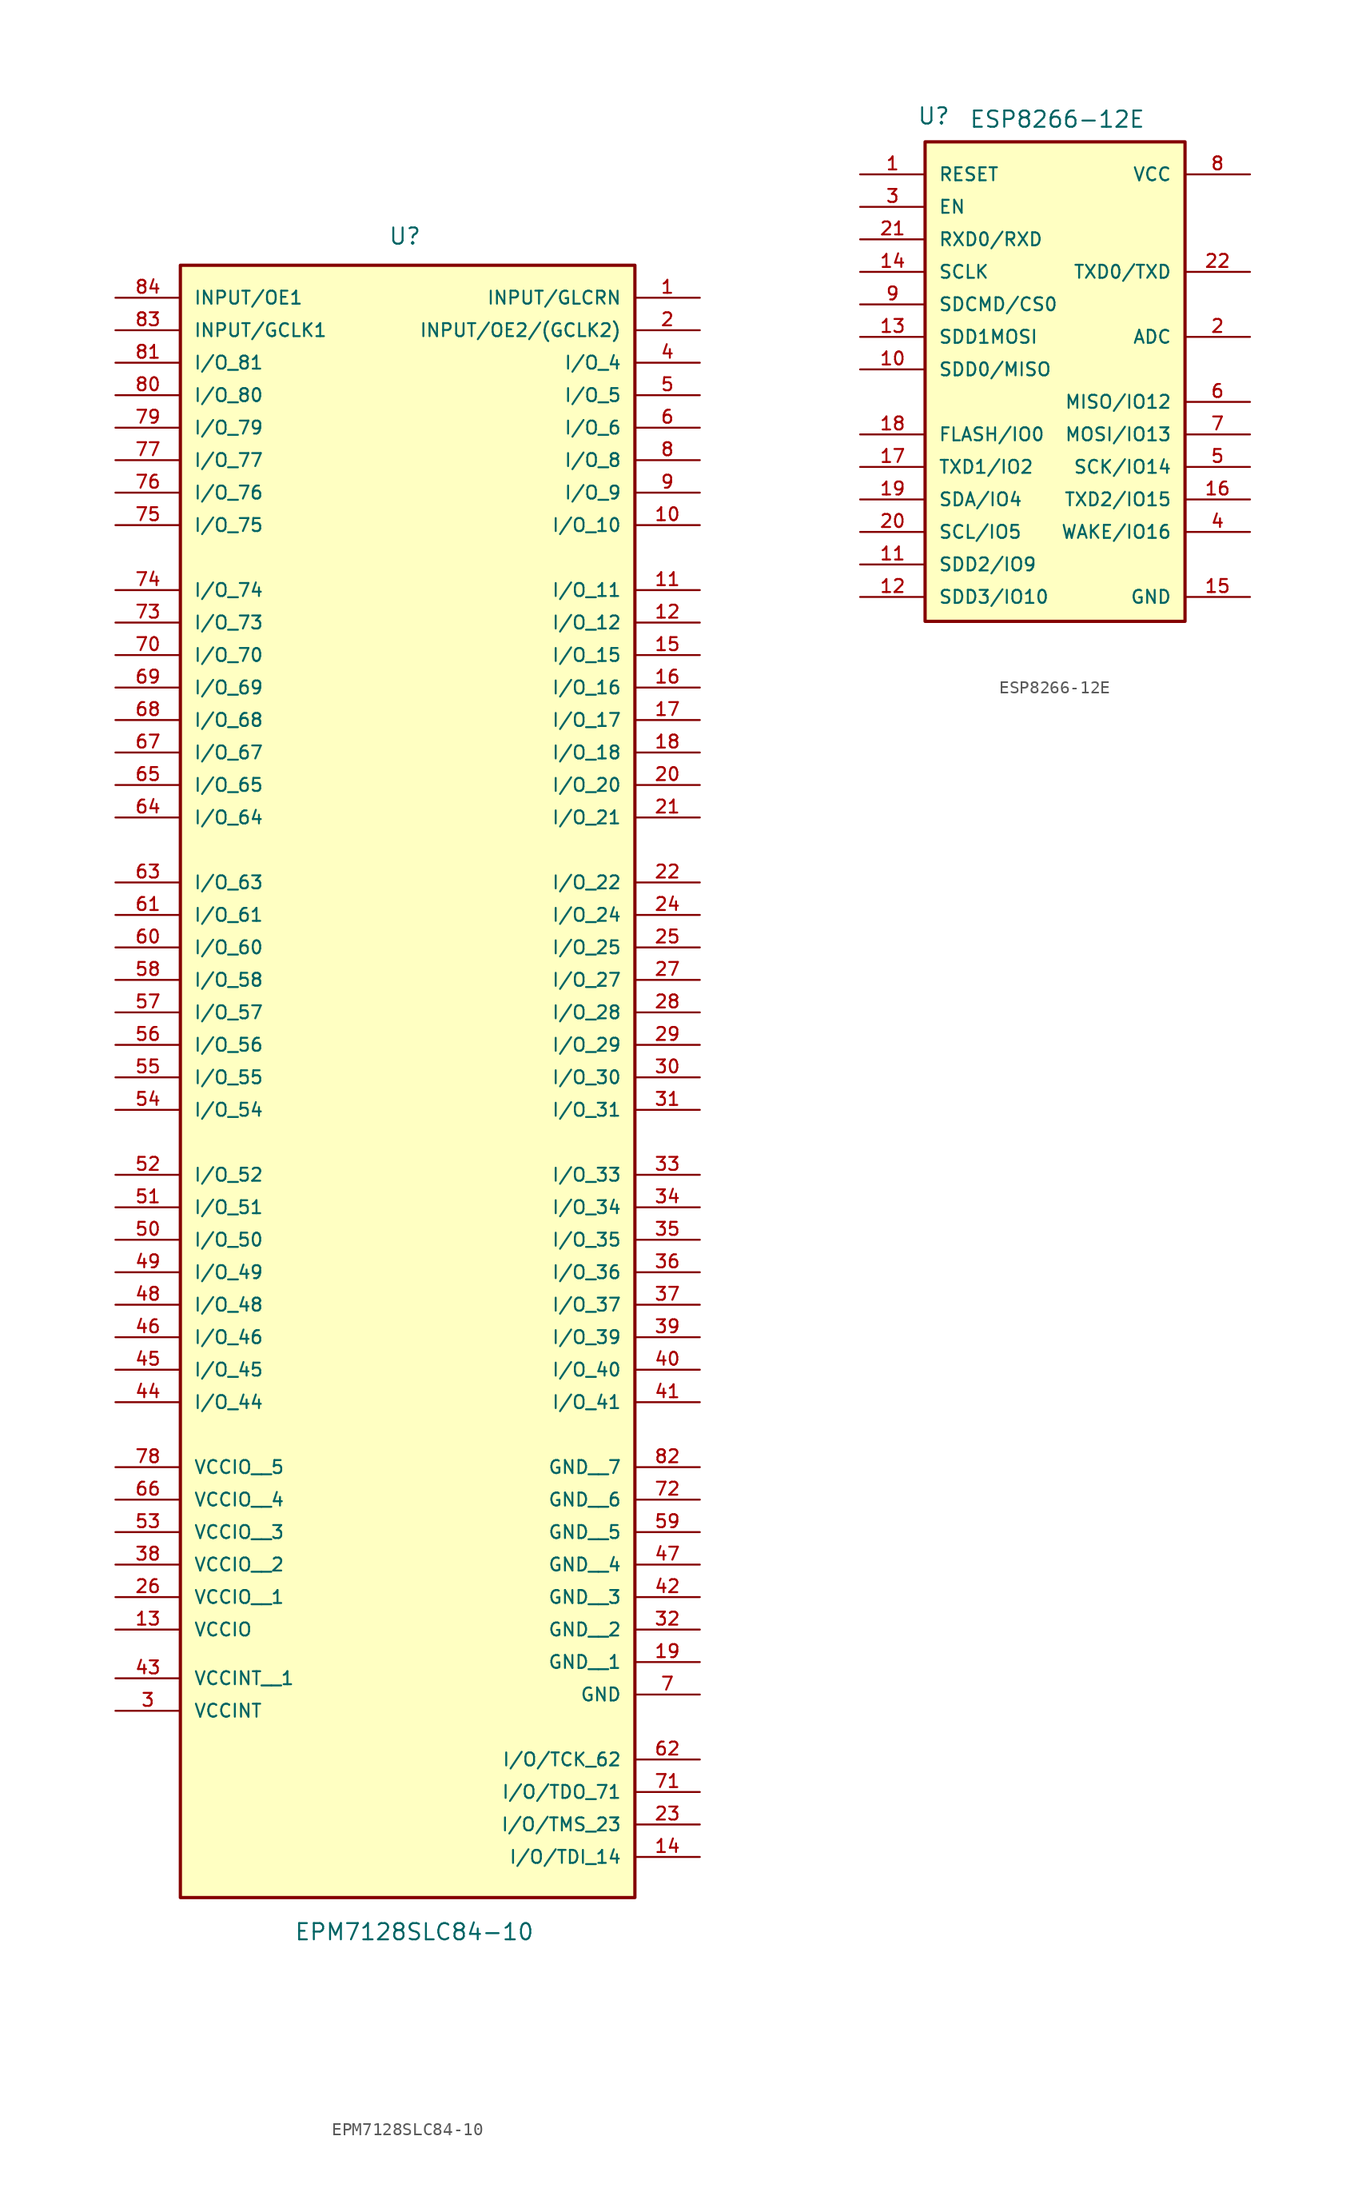
<source format=kicad_sym>
(kicad_symbol_lib
  (version 20241209)
  (generator "kicad_symbol_editor")
  (generator_version "9.0")
  (symbol "EPM7128SLC84-10"
    (pin_names
      (offset 1.016))
    (property "Reference" "U"
      (at -1.524 54.864 0)
      (effects (font (size 1.27 1.27)) (justify left bottom)))
    (property "Value" "EPM7128SLC84-10"
      (at -8.89 -77.724 0)
      (effects (font (size 1.27 1.27)) (justify left bottom)))
    (symbol "EPM7128SLC84-10_0_0"
      (rectangle (start -17.78 53.34) (end 17.78 -74.295) (stroke (width 0.254) (type default)) (fill (type background)))
      (pin bidirectional line (at -22.86 50.8 0) (length 5.08) (name "INPUT/OE1" (effects (font (size 1.016 1.016)))) (number "84" (effects (font (size 1.016 1.016)))))
      (pin bidirectional line (at -22.86 48.26 0) (length 5.08) (name "INPUT/GCLK1" (effects (font (size 1.016 1.016)))) (number "83" (effects (font (size 1.016 1.016)))))
      (pin bidirectional line (at -22.86 45.72 0) (length 5.08) (name "I/O_81" (effects (font (size 1.016 1.016)))) (number "81" (effects (font (size 1.016 1.016)))))
      (pin bidirectional line (at -22.86 43.18 0) (length 5.08) (name "I/O_80" (effects (font (size 1.016 1.016)))) (number "80" (effects (font (size 1.016 1.016)))))
      (pin bidirectional line (at -22.86 40.64 0) (length 5.08) (name "I/O_79" (effects (font (size 1.016 1.016)))) (number "79" (effects (font (size 1.016 1.016)))))
      (pin bidirectional line (at -22.86 38.1 0) (length 5.08) (name "I/O_77" (effects (font (size 1.016 1.016)))) (number "77" (effects (font (size 1.016 1.016)))))
      (pin bidirectional line (at -22.86 35.56 0) (length 5.08) (name "I/O_76" (effects (font (size 1.016 1.016)))) (number "76" (effects (font (size 1.016 1.016)))))
      (pin bidirectional line (at -22.86 33.02 0) (length 5.08) (name "I/O_75" (effects (font (size 1.016 1.016)))) (number "75" (effects (font (size 1.016 1.016)))))
      (pin bidirectional line (at -22.86 27.94 0) (length 5.08) (name "I/O_74" (effects (font (size 1.016 1.016)))) (number "74" (effects (font (size 1.016 1.016)))))
      (pin bidirectional line (at -22.86 25.4 0) (length 5.08) (name "I/O_73" (effects (font (size 1.016 1.016)))) (number "73" (effects (font (size 1.016 1.016)))))
      (pin bidirectional line (at -22.86 22.86 0) (length 5.08) (name "I/O_70" (effects (font (size 1.016 1.016)))) (number "70" (effects (font (size 1.016 1.016)))))
      (pin bidirectional line (at -22.86 20.32 0) (length 5.08) (name "I/O_69" (effects (font (size 1.016 1.016)))) (number "69" (effects (font (size 1.016 1.016)))))
      (pin bidirectional line (at -22.86 17.78 0) (length 5.08) (name "I/O_68" (effects (font (size 1.016 1.016)))) (number "68" (effects (font (size 1.016 1.016)))))
      (pin bidirectional line (at -22.86 15.24 0) (length 5.08) (name "I/O_67" (effects (font (size 1.016 1.016)))) (number "67" (effects (font (size 1.016 1.016)))))
      (pin bidirectional line (at -22.86 12.7 0) (length 5.08) (name "I/O_65" (effects (font (size 1.016 1.016)))) (number "65" (effects (font (size 1.016 1.016)))))
      (pin bidirectional line (at -22.86 10.16 0) (length 5.08) (name "I/O_64" (effects (font (size 1.016 1.016)))) (number "64" (effects (font (size 1.016 1.016)))))
      (pin bidirectional line (at -22.86 5.08 0) (length 5.08) (name "I/O_63" (effects (font (size 1.016 1.016)))) (number "63" (effects (font (size 1.016 1.016)))))
      (pin bidirectional line (at -22.86 2.54 0) (length 5.08) (name "I/O_61" (effects (font (size 1.016 1.016)))) (number "61" (effects (font (size 1.016 1.016)))))
      (pin bidirectional line (at -22.86 0 0) (length 5.08) (name "I/O_60" (effects (font (size 1.016 1.016)))) (number "60" (effects (font (size 1.016 1.016)))))
      (pin bidirectional line (at -22.86 -2.54 0) (length 5.08) (name "I/O_58" (effects (font (size 1.016 1.016)))) (number "58" (effects (font (size 1.016 1.016)))))
      (pin bidirectional line (at -22.86 -5.08 0) (length 5.08) (name "I/O_57" (effects (font (size 1.016 1.016)))) (number "57" (effects (font (size 1.016 1.016)))))
      (pin bidirectional line (at -22.86 -7.62 0) (length 5.08) (name "I/O_56" (effects (font (size 1.016 1.016)))) (number "56" (effects (font (size 1.016 1.016)))))
      (pin bidirectional line (at -22.86 -10.16 0) (length 5.08) (name "I/O_55" (effects (font (size 1.016 1.016)))) (number "55" (effects (font (size 1.016 1.016)))))
      (pin bidirectional line (at -22.86 -12.7 0) (length 5.08) (name "I/O_54" (effects (font (size 1.016 1.016)))) (number "54" (effects (font (size 1.016 1.016)))))
      (pin bidirectional line (at -22.86 -17.78 0) (length 5.08) (name "I/O_52" (effects (font (size 1.016 1.016)))) (number "52" (effects (font (size 1.016 1.016)))))
      (pin bidirectional line (at -22.86 -20.32 0) (length 5.08) (name "I/O_51" (effects (font (size 1.016 1.016)))) (number "51" (effects (font (size 1.016 1.016)))))
      (pin bidirectional line (at -22.86 -22.86 0) (length 5.08) (name "I/O_50" (effects (font (size 1.016 1.016)))) (number "50" (effects (font (size 1.016 1.016)))))
      (pin bidirectional line (at -22.86 -25.4 0) (length 5.08) (name "I/O_49" (effects (font (size 1.016 1.016)))) (number "49" (effects (font (size 1.016 1.016)))))
      (pin bidirectional line (at -22.86 -27.94 0) (length 5.08) (name "I/O_48" (effects (font (size 1.016 1.016)))) (number "48" (effects (font (size 1.016 1.016)))))
      (pin bidirectional line (at -22.86 -30.48 0) (length 5.08) (name "I/O_46" (effects (font (size 1.016 1.016)))) (number "46" (effects (font (size 1.016 1.016)))))
      (pin bidirectional line (at -22.86 -33.02 0) (length 5.08) (name "I/O_45" (effects (font (size 1.016 1.016)))) (number "45" (effects (font (size 1.016 1.016)))))
      (pin bidirectional line (at -22.86 -35.56 0) (length 5.08) (name "I/O_44" (effects (font (size 1.016 1.016)))) (number "44" (effects (font (size 1.016 1.016)))))
      (pin power_in line (at -22.86 -40.64 0) (length 5.08) (name "VCCIO__5" (effects (font (size 1.016 1.016)))) (number "78" (effects (font (size 1.016 1.016)))))
      (pin power_in line (at -22.86 -43.18 0) (length 5.08) (name "VCCIO__4" (effects (font (size 1.016 1.016)))) (number "66" (effects (font (size 1.016 1.016)))))
      (pin power_in line (at -22.86 -45.72 0) (length 5.08) (name "VCCIO__3" (effects (font (size 1.016 1.016)))) (number "53" (effects (font (size 1.016 1.016)))))
      (pin power_in line (at -22.86 -48.26 0) (length 5.08) (name "VCCIO__2" (effects (font (size 1.016 1.016)))) (number "38" (effects (font (size 1.016 1.016)))))
      (pin power_in line (at -22.86 -50.8 0) (length 5.08) (name "VCCIO__1" (effects (font (size 1.016 1.016)))) (number "26" (effects (font (size 1.016 1.016)))))
      (pin power_in line (at -22.86 -53.34 0) (length 5.08) (name "VCCIO" (effects (font (size 1.016 1.016)))) (number "13" (effects (font (size 1.016 1.016)))))
      (pin power_in line (at -22.86 -57.15 0) (length 5.08) (name "VCCINT__1" (effects (font (size 1.016 1.016)))) (number "43" (effects (font (size 1.016 1.016)))))
      (pin power_in line (at -22.86 -59.69 0) (length 5.08) (name "VCCINT" (effects (font (size 1.016 1.016)))) (number "3" (effects (font (size 1.016 1.016)))))
      (pin bidirectional line (at 22.86 50.8 180) (length 5.08) (name "INPUT/GLCRN" (effects (font (size 1.016 1.016)))) (number "1" (effects (font (size 1.016 1.016)))))
      (pin bidirectional line (at 22.86 48.26 180) (length 5.08) (name "INPUT/OE2/(GCLK2)" (effects (font (size 1.016 1.016)))) (number "2" (effects (font (size 1.016 1.016)))))
      (pin bidirectional line (at 22.86 45.72 180) (length 5.08) (name "I/O_4" (effects (font (size 1.016 1.016)))) (number "4" (effects (font (size 1.016 1.016)))))
      (pin bidirectional line (at 22.86 43.18 180) (length 5.08) (name "I/O_5" (effects (font (size 1.016 1.016)))) (number "5" (effects (font (size 1.016 1.016)))))
      (pin bidirectional line (at 22.86 40.64 180) (length 5.08) (name "I/O_6" (effects (font (size 1.016 1.016)))) (number "6" (effects (font (size 1.016 1.016)))))
      (pin bidirectional line (at 22.86 38.1 180) (length 5.08) (name "I/O_8" (effects (font (size 1.016 1.016)))) (number "8" (effects (font (size 1.016 1.016)))))
      (pin bidirectional line (at 22.86 35.56 180) (length 5.08) (name "I/O_9" (effects (font (size 1.016 1.016)))) (number "9" (effects (font (size 1.016 1.016)))))
      (pin bidirectional line (at 22.86 33.02 180) (length 5.08) (name "I/O_10" (effects (font (size 1.016 1.016)))) (number "10" (effects (font (size 1.016 1.016)))))
      (pin bidirectional line (at 22.86 27.94 180) (length 5.08) (name "I/O_11" (effects (font (size 1.016 1.016)))) (number "11" (effects (font (size 1.016 1.016)))))
      (pin bidirectional line (at 22.86 25.4 180) (length 5.08) (name "I/O_12" (effects (font (size 1.016 1.016)))) (number "12" (effects (font (size 1.016 1.016)))))
      (pin bidirectional line (at 22.86 22.86 180) (length 5.08) (name "I/O_15" (effects (font (size 1.016 1.016)))) (number "15" (effects (font (size 1.016 1.016)))))
      (pin bidirectional line (at 22.86 20.32 180) (length 5.08) (name "I/O_16" (effects (font (size 1.016 1.016)))) (number "16" (effects (font (size 1.016 1.016)))))
      (pin bidirectional line (at 22.86 17.78 180) (length 5.08) (name "I/O_17" (effects (font (size 1.016 1.016)))) (number "17" (effects (font (size 1.016 1.016)))))
      (pin bidirectional line (at 22.86 15.24 180) (length 5.08) (name "I/O_18" (effects (font (size 1.016 1.016)))) (number "18" (effects (font (size 1.016 1.016)))))
      (pin bidirectional line (at 22.86 12.7 180) (length 5.08) (name "I/O_20" (effects (font (size 1.016 1.016)))) (number "20" (effects (font (size 1.016 1.016)))))
      (pin bidirectional line (at 22.86 10.16 180) (length 5.08) (name "I/O_21" (effects (font (size 1.016 1.016)))) (number "21" (effects (font (size 1.016 1.016)))))
      (pin bidirectional line (at 22.86 5.08 180) (length 5.08) (name "I/O_22" (effects (font (size 1.016 1.016)))) (number "22" (effects (font (size 1.016 1.016)))))
      (pin bidirectional line (at 22.86 2.54 180) (length 5.08) (name "I/O_24" (effects (font (size 1.016 1.016)))) (number "24" (effects (font (size 1.016 1.016)))))
      (pin bidirectional line (at 22.86 0 180) (length 5.08) (name "I/O_25" (effects (font (size 1.016 1.016)))) (number "25" (effects (font (size 1.016 1.016)))))
      (pin bidirectional line (at 22.86 -2.54 180) (length 5.08) (name "I/O_27" (effects (font (size 1.016 1.016)))) (number "27" (effects (font (size 1.016 1.016)))))
      (pin bidirectional line (at 22.86 -5.08 180) (length 5.08) (name "I/O_28" (effects (font (size 1.016 1.016)))) (number "28" (effects (font (size 1.016 1.016)))))
      (pin bidirectional line (at 22.86 -7.62 180) (length 5.08) (name "I/O_29" (effects (font (size 1.016 1.016)))) (number "29" (effects (font (size 1.016 1.016)))))
      (pin bidirectional line (at 22.86 -10.16 180) (length 5.08) (name "I/O_30" (effects (font (size 1.016 1.016)))) (number "30" (effects (font (size 1.016 1.016)))))
      (pin bidirectional line (at 22.86 -12.7 180) (length 5.08) (name "I/O_31" (effects (font (size 1.016 1.016)))) (number "31" (effects (font (size 1.016 1.016)))))
      (pin bidirectional line (at 22.86 -17.78 180) (length 5.08) (name "I/O_33" (effects (font (size 1.016 1.016)))) (number "33" (effects (font (size 1.016 1.016)))))
      (pin bidirectional line (at 22.86 -20.32 180) (length 5.08) (name "I/O_34" (effects (font (size 1.016 1.016)))) (number "34" (effects (font (size 1.016 1.016)))))
      (pin bidirectional line (at 22.86 -22.86 180) (length 5.08) (name "I/O_35" (effects (font (size 1.016 1.016)))) (number "35" (effects (font (size 1.016 1.016)))))
      (pin bidirectional line (at 22.86 -25.4 180) (length 5.08) (name "I/O_36" (effects (font (size 1.016 1.016)))) (number "36" (effects (font (size 1.016 1.016)))))
      (pin bidirectional line (at 22.86 -27.94 180) (length 5.08) (name "I/O_37" (effects (font (size 1.016 1.016)))) (number "37" (effects (font (size 1.016 1.016)))))
      (pin bidirectional line (at 22.86 -30.48 180) (length 5.08) (name "I/O_39" (effects (font (size 1.016 1.016)))) (number "39" (effects (font (size 1.016 1.016)))))
      (pin bidirectional line (at 22.86 -33.02 180) (length 5.08) (name "I/O_40" (effects (font (size 1.016 1.016)))) (number "40" (effects (font (size 1.016 1.016)))))
      (pin bidirectional line (at 22.86 -35.56 180) (length 5.08) (name "I/O_41" (effects (font (size 1.016 1.016)))) (number "41" (effects (font (size 1.016 1.016)))))
      (pin power_in line (at 22.86 -40.64 180) (length 5.08) (name "GND__7" (effects (font (size 1.016 1.016)))) (number "82" (effects (font (size 1.016 1.016)))))
      (pin power_in line (at 22.86 -43.18 180) (length 5.08) (name "GND__6" (effects (font (size 1.016 1.016)))) (number "72" (effects (font (size 1.016 1.016)))))
      (pin power_in line (at 22.86 -45.72 180) (length 5.08) (name "GND__5" (effects (font (size 1.016 1.016)))) (number "59" (effects (font (size 1.016 1.016)))))
      (pin power_in line (at 22.86 -48.26 180) (length 5.08) (name "GND__4" (effects (font (size 1.016 1.016)))) (number "47" (effects (font (size 1.016 1.016)))))
      (pin power_in line (at 22.86 -50.8 180) (length 5.08) (name "GND__3" (effects (font (size 1.016 1.016)))) (number "42" (effects (font (size 1.016 1.016)))))
      (pin power_in line (at 22.86 -53.34 180) (length 5.08) (name "GND__2" (effects (font (size 1.016 1.016)))) (number "32" (effects (font (size 1.016 1.016)))))
      (pin power_in line (at 22.86 -55.88 180) (length 5.08) (name "GND__1" (effects (font (size 1.016 1.016)))) (number "19" (effects (font (size 1.016 1.016)))))
      (pin power_in line (at 22.86 -58.42 180) (length 5.08) (name "GND" (effects (font (size 1.016 1.016)))) (number "7" (effects (font (size 1.016 1.016)))))
      (pin bidirectional line (at 22.86 -63.5 180) (length 5.08) (name "I/O/TCK_62" (effects (font (size 1.016 1.016)))) (number "62" (effects (font (size 1.016 1.016)))))
      (pin bidirectional line (at 22.86 -66.04 180) (length 5.08) (name "I/O/TDO_71" (effects (font (size 1.016 1.016)))) (number "71" (effects (font (size 1.016 1.016)))))
      (pin bidirectional line (at 22.86 -68.58 180) (length 5.08) (name "I/O/TMS_23" (effects (font (size 1.016 1.016)))) (number "23" (effects (font (size 1.016 1.016)))))
      (pin bidirectional line (at 22.86 -71.12 180) (length 5.08) (name "I/O/TDI_14" (effects (font (size 1.016 1.016)))) (number "14" (effects (font (size 1.016 1.016)))))))
  (symbol "ESP8266-12E"
    (pin_names
      (offset 1.016))
    (property "Reference" "U"
      (at -10.795 36.83 0)
      (effects (font (size 1.27 1.27)) (justify left bottom)))
    (property "Value" "ESP8266-12E"
      (at -6.731 36.576 0)
      (effects (font (size 1.27 1.27)) (justify left bottom)))
    (symbol "ESP8266-12E_0_0"
      (rectangle (start -10.16 35.56) (end 10.16 -1.905) (stroke (width 0.254) (type default)) (fill (type background)))
      (pin unspecified line (at -15.24 30.48 0) (length 5.08) (name "EN" (effects (font (size 1.016 1.016)))) (number "3" (effects (font (size 1.016 1.016)))))
      (pin unspecified line (at -15.24 27.94 0) (length 5.08) (name "RXD0/RXD" (effects (font (size 1.016 1.016)))) (number "21" (effects (font (size 1.016 1.016)))))
      (pin unspecified line (at -15.24 25.4 0) (length 5.08) (name "SCLK" (effects (font (size 1.016 1.016)))) (number "14" (effects (font (size 1.016 1.016)))))
      (pin unspecified line (at -15.24 22.86 0) (length 5.08) (name "SDCMD/CS0" (effects (font (size 1.016 1.016)))) (number "9" (effects (font (size 1.016 1.016)))))
      (pin unspecified line (at -15.24 20.32 0) (length 5.08) (name "SDD1MOSI" (effects (font (size 1.016 1.016)))) (number "13" (effects (font (size 1.016 1.016)))))
      (pin unspecified line (at -15.24 17.78 0) (length 5.08) (name "SDD0/MISO" (effects (font (size 1.016 1.016)))) (number "10" (effects (font (size 1.016 1.016)))))
      (pin unspecified line (at -15.24 12.7 0) (length 5.08) (name "FLASH/IO0" (effects (font (size 1.016 1.016)))) (number "18" (effects (font (size 1.016 1.016)))))
      (pin unspecified line (at -15.24 10.16 0) (length 5.08) (name "TXD1/IO2" (effects (font (size 1.016 1.016)))) (number "17" (effects (font (size 1.016 1.016)))))
      (pin unspecified line (at -15.24 7.62 0) (length 5.08) (name "SDA/IO4" (effects (font (size 1.016 1.016)))) (number "19" (effects (font (size 1.016 1.016)))))
      (pin unspecified line (at -15.24 5.08 0) (length 5.08) (name "SCL/IO5" (effects (font (size 1.016 1.016)))) (number "20" (effects (font (size 1.016 1.016)))))
      (pin unspecified line (at -15.24 2.54 0) (length 5.08) (name "SDD2/IO9" (effects (font (size 1.016 1.016)))) (number "11" (effects (font (size 1.016 1.016)))))
      (pin unspecified line (at -15.24 0 0) (length 5.08) (name "SDD3/IO10" (effects (font (size 1.016 1.016)))) (number "12" (effects (font (size 1.016 1.016)))))
      (pin unspecified line (at 15.24 33.02 180) (length 5.08) (name "VCC" (effects (font (size 1.016 1.016)))) (number "8" (effects (font (size 1.016 1.016)))))
      (pin unspecified line (at 15.24 25.4 180) (length 5.08) (name "TXD0/TXD" (effects (font (size 1.016 1.016)))) (number "22" (effects (font (size 1.016 1.016)))))
      (pin unspecified line (at 15.24 20.32 180) (length 5.08) (name "ADC" (effects (font (size 1.016 1.016)))) (number "2" (effects (font (size 1.016 1.016)))))
      (pin unspecified line (at 15.24 15.24 180) (length 5.08) (name "MISO/IO12" (effects (font (size 1.016 1.016)))) (number "6" (effects (font (size 1.016 1.016)))))
      (pin unspecified line (at 15.24 12.7 180) (length 5.08) (name "MOSI/IO13" (effects (font (size 1.016 1.016)))) (number "7" (effects (font (size 1.016 1.016)))))
      (pin unspecified line (at 15.24 7.62 180) (length 5.08) (name "TXD2/IO15" (effects (font (size 1.016 1.016)))) (number "16" (effects (font (size 1.016 1.016)))))
      (pin unspecified line (at 15.24 5.08 180) (length 5.08) (name "WAKE/IO16" (effects (font (size 1.016 1.016)))) (number "4" (effects (font (size 1.016 1.016)))))
      (pin unspecified line (at 15.24 0 180) (length 5.08) (name "GND" (effects (font (size 1.016 1.016)))) (number "15" (effects (font (size 1.016 1.016))))))
    (symbol "ESP8266-12E_1_0"
      (pin unspecified line (at -15.24 33.02 0) (length 5.08) (name "RESET" (effects (font (size 1.016 1.016)))) (number "1" (effects (font (size 1.016 1.016)))))
      (pin unspecified line (at 15.24 10.16 180) (length 5.08) (name "SCK/IO14" (effects (font (size 1.016 1.016)))) (number "5" (effects (font (size 1.016 1.016))))))))
</source>
